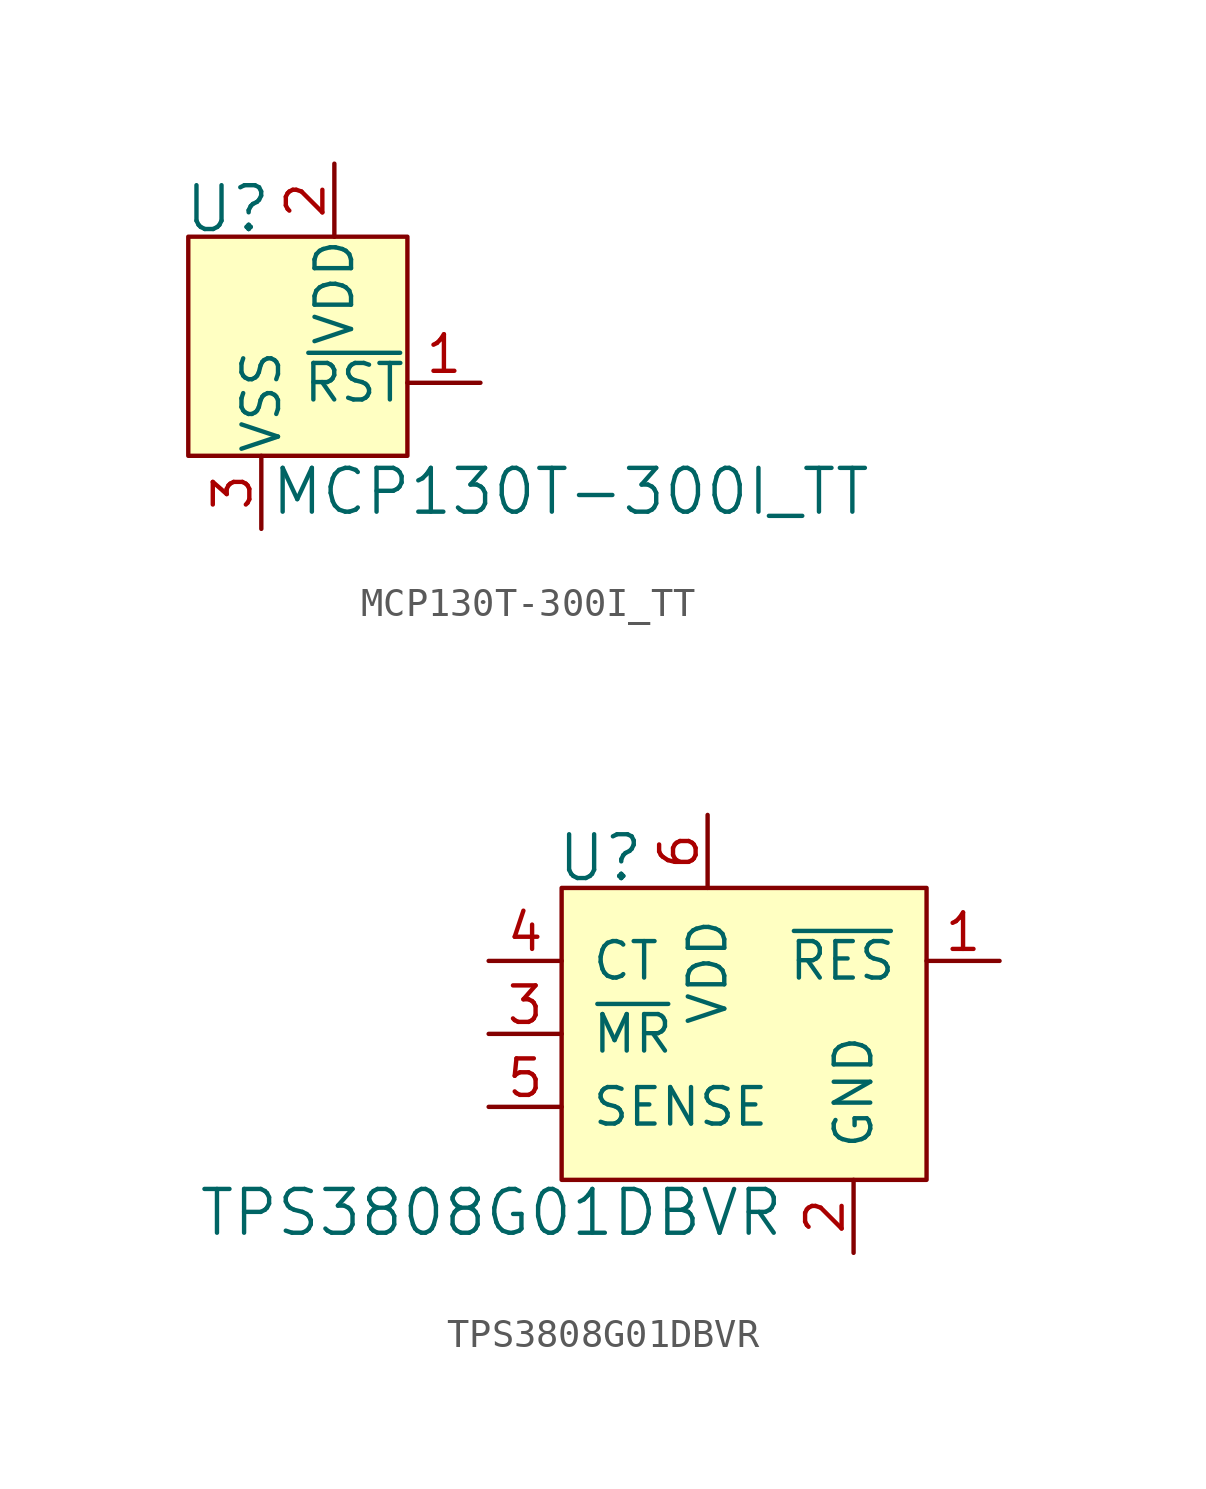
<source format=kicad_sym>
(kicad_symbol_lib
  (version 20201005)
  (generator kicad_symbol_editor)
  (symbol "MCP130T-300I_TT"
    (pin_names
      (offset 0.025))
    (property "Reference" "U"
      (at -2.718 6.045 0)
      (effects (font (size 1.524 1.524)) (justify left)))
    (property "Value" "MCP130T-300I_TT"
      (at 0.279 -3.785 0)
      (effects (font (size 1.524 1.524)) (justify left)))
    (symbol "MCP130T-300I_TT_0_1"
      (rectangle (start 5.08 5.08) (end -2.54 -2.54) (stroke (width 0)) (fill (type background))))
    (symbol "MCP130T-300I_TT_1_1"
      (pin output line (at 7.62 0 180) (length 2.54) (name "~RST" (effects (font (size 1.27 1.27)))) (number "1" (effects (font (size 1.27 1.27)))))
      (pin power_in line (at 2.54 7.62 270) (length 2.54) (name "VDD" (effects (font (size 1.27 1.27)))) (number "2" (effects (font (size 1.27 1.27)))))
      (pin power_in line (at 0 -5.08 90) (length 2.54) (name "VSS" (effects (font (size 1.27 1.27)))) (number "3" (effects (font (size 1.27 1.27)))))))
  (symbol "TPS3808G01DBVR"
    (pin_names
      (offset 1.016))
    (property "Reference" "U"
      (at -5.283 3.581 0)
      (effects (font (size 1.524 1.524)) (justify left)))
    (property "Value" "TPS3808G01DBVR"
      (at 2.692 -8.763 0)
      (effects (font (size 1.524 1.524)) (justify right)))
    (symbol "TPS3808G01DBVR_0_1"
      (rectangle (start -5.08 2.54) (end 7.62 -7.62) (stroke (width 0)) (fill (type background))))
    (symbol "TPS3808G01DBVR_1_1"
      (pin output line (at 10.16 0 180) (length 2.54) (name "~RES" (effects (font (size 1.27 1.27)))) (number "1" (effects (font (size 1.27 1.27)))))
      (pin power_in line (at 5.08 -10.16 90) (length 2.54) (name "GND" (effects (font (size 1.27 1.27)))) (number "2" (effects (font (size 1.27 1.27)))))
      (pin input line (at -7.62 -2.54 0) (length 2.54) (name "~MR" (effects (font (size 1.27 1.27)))) (number "3" (effects (font (size 1.27 1.27)))))
      (pin input line (at -7.62 0 0) (length 2.54) (name "CT" (effects (font (size 1.27 1.27)))) (number "4" (effects (font (size 1.27 1.27)))))
      (pin input line (at -7.62 -5.08 0) (length 2.54) (name "SENSE" (effects (font (size 1.27 1.27)))) (number "5" (effects (font (size 1.27 1.27)))))
      (pin power_in line (at 0 5.08 270) (length 2.54) (name "VDD" (effects (font (size 1.27 1.27)))) (number "6" (effects (font (size 1.27 1.27))))))))
</source>
